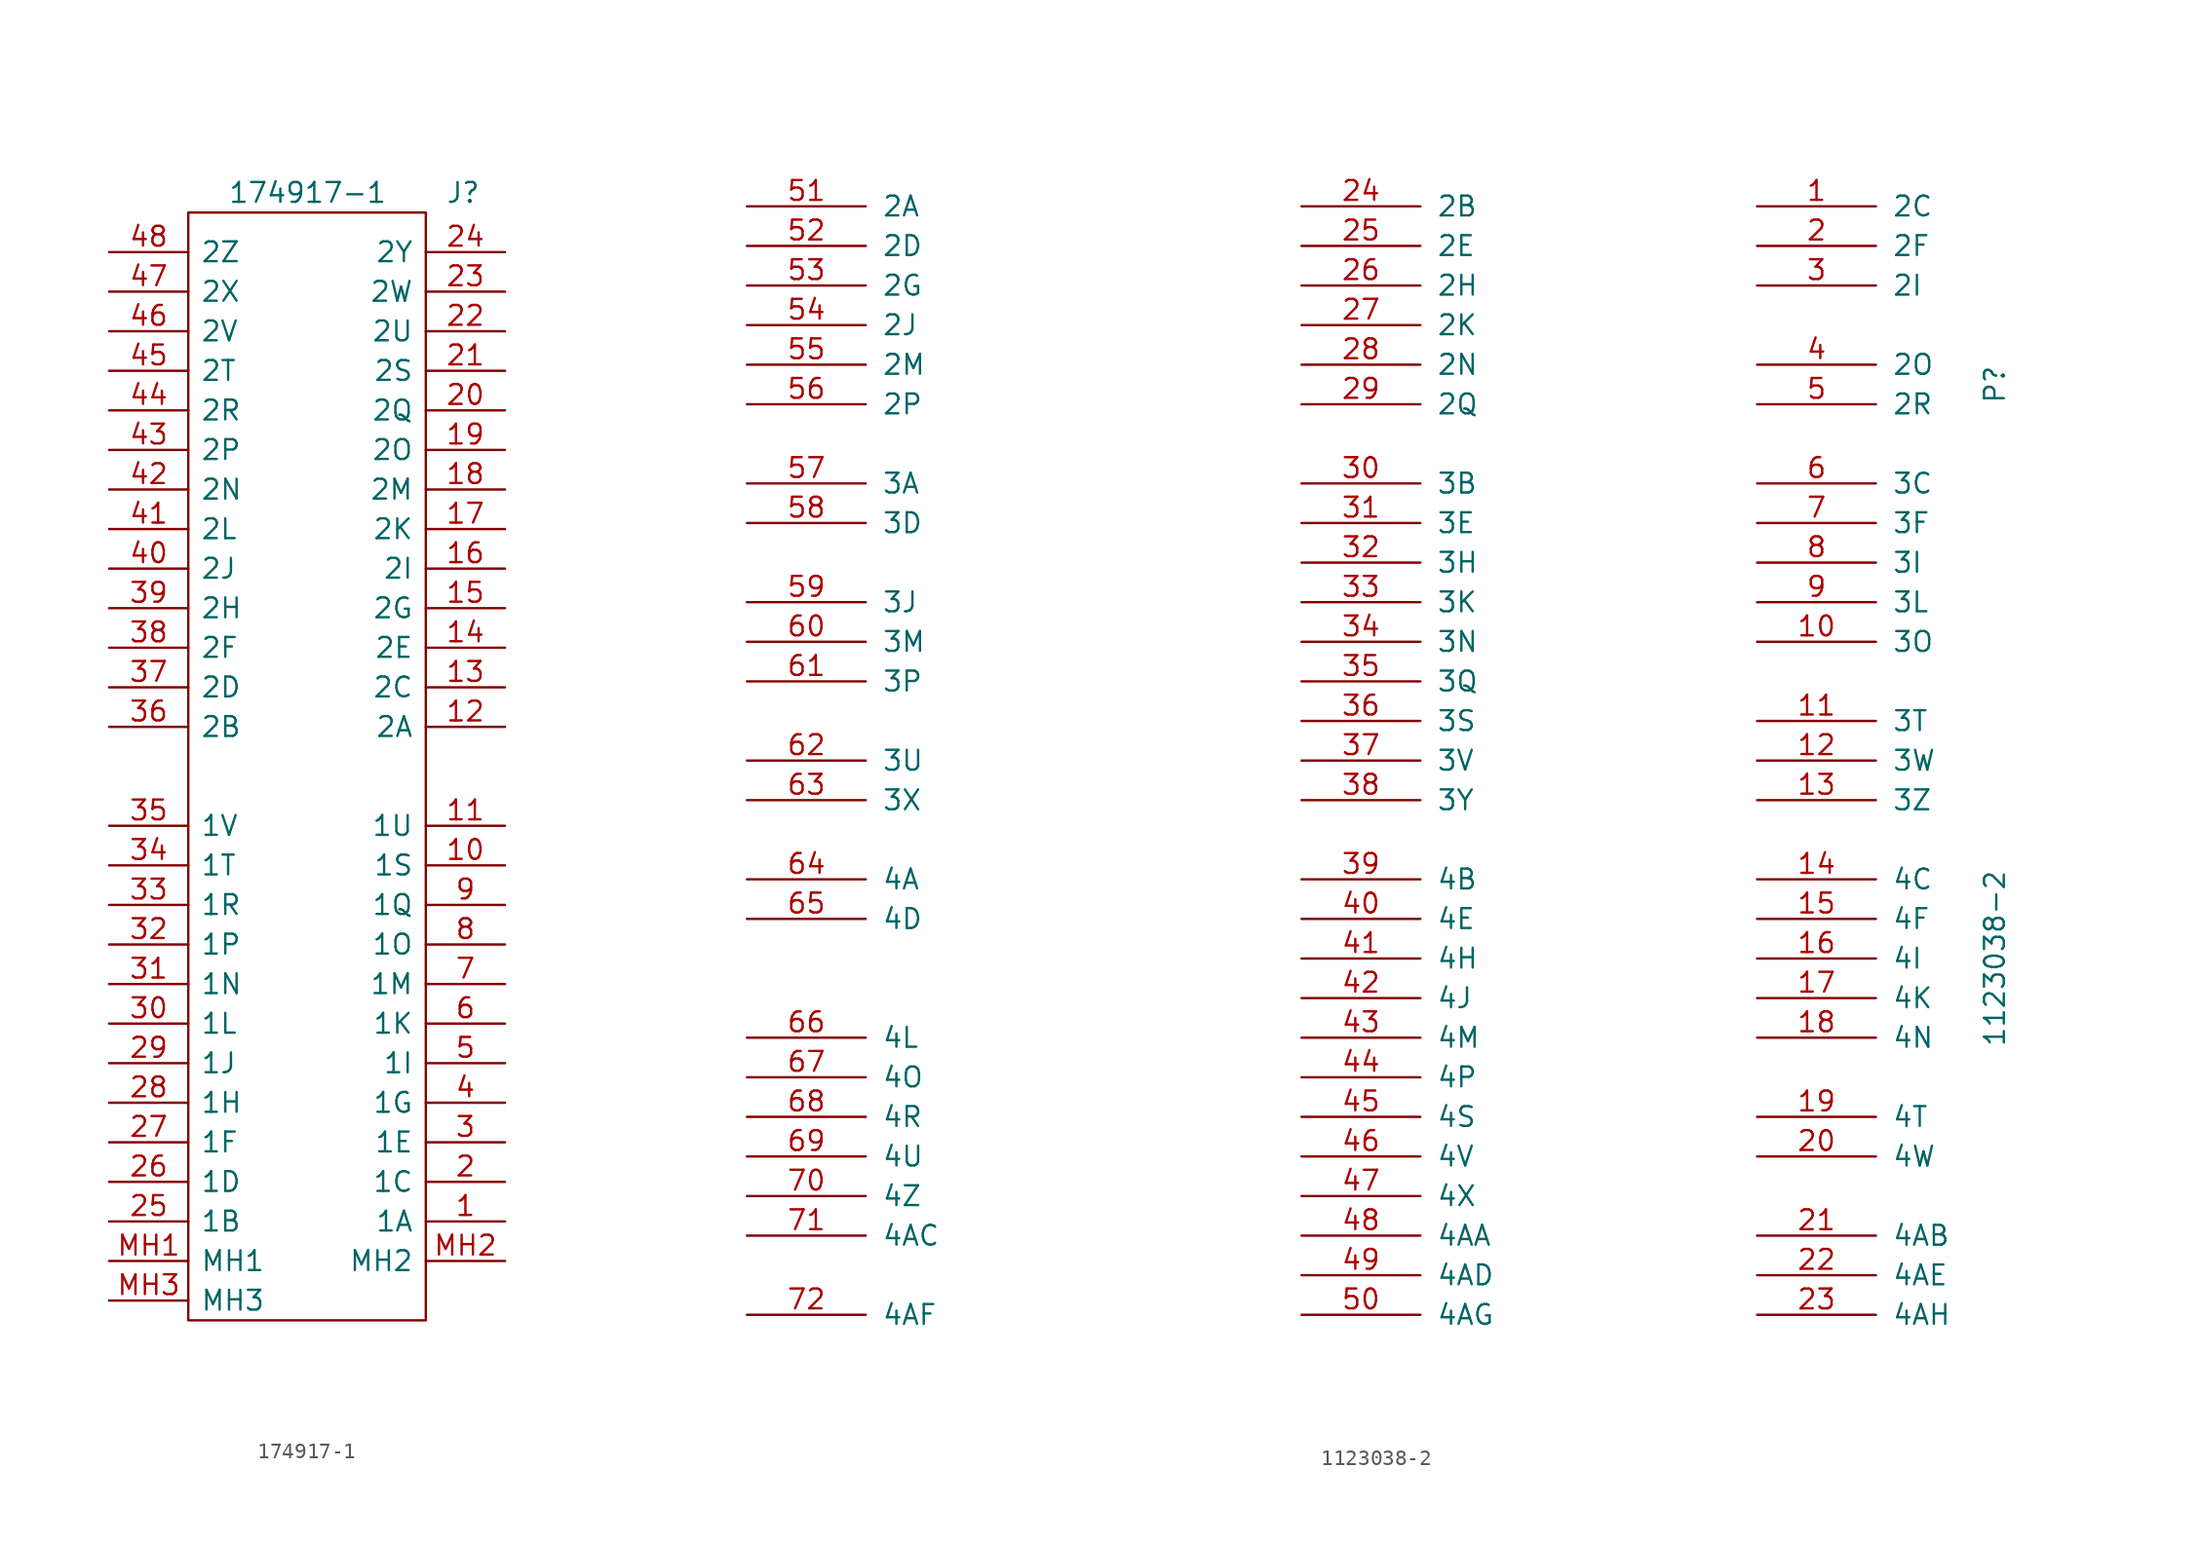
<source format=kicad_sym>
(kicad_symbol_lib
  (version 20211014)
  (generator kicad_symbol_editor)
  (symbol "174917-1"
    (pin_names
      (offset 0.762))
    (property "Reference" "J"
      (at 40.64 -6.35 0)
      (effects (font (size 1.27 1.27)) (justify left)))
    (property "Value" "174917-1"
      (at 26.67 -6.35 0)
      (effects (font (size 1.27 1.27)) (justify left)))
    (symbol "174917-1_0_0"
      (pin bidirectional line (at 44.45 -72.39 180) (length 5.08) (name "1A" (effects (font (size 1.27 1.27)))) (number "1" (effects (font (size 1.27 1.27)))))
      (pin bidirectional line (at 44.45 -49.53 180) (length 5.08) (name "1S" (effects (font (size 1.27 1.27)))) (number "10" (effects (font (size 1.27 1.27)))))
      (pin bidirectional line (at 44.45 -46.99 180) (length 5.08) (name "1U" (effects (font (size 1.27 1.27)))) (number "11" (effects (font (size 1.27 1.27)))))
      (pin bidirectional line (at 44.45 -40.64 180) (length 5.08) (name "2A" (effects (font (size 1.27 1.27)))) (number "12" (effects (font (size 1.27 1.27)))))
      (pin bidirectional line (at 44.45 -38.1 180) (length 5.08) (name "2C" (effects (font (size 1.27 1.27)))) (number "13" (effects (font (size 1.27 1.27)))))
      (pin bidirectional line (at 44.45 -35.56 180) (length 5.08) (name "2E" (effects (font (size 1.27 1.27)))) (number "14" (effects (font (size 1.27 1.27)))))
      (pin bidirectional line (at 44.45 -33.02 180) (length 5.08) (name "2G" (effects (font (size 1.27 1.27)))) (number "15" (effects (font (size 1.27 1.27)))))
      (pin bidirectional line (at 44.45 -30.48 180) (length 5.08) (name "2I" (effects (font (size 1.27 1.27)))) (number "16" (effects (font (size 1.27 1.27)))))
      (pin bidirectional line (at 44.45 -27.94 180) (length 5.08) (name "2K" (effects (font (size 1.27 1.27)))) (number "17" (effects (font (size 1.27 1.27)))))
      (pin bidirectional line (at 44.45 -25.4 180) (length 5.08) (name "2M" (effects (font (size 1.27 1.27)))) (number "18" (effects (font (size 1.27 1.27)))))
      (pin bidirectional line (at 44.45 -22.86 180) (length 5.08) (name "2O" (effects (font (size 1.27 1.27)))) (number "19" (effects (font (size 1.27 1.27)))))
      (pin bidirectional line (at 44.45 -69.85 180) (length 5.08) (name "1C" (effects (font (size 1.27 1.27)))) (number "2" (effects (font (size 1.27 1.27)))))
      (pin bidirectional line (at 44.45 -20.32 180) (length 5.08) (name "2Q" (effects (font (size 1.27 1.27)))) (number "20" (effects (font (size 1.27 1.27)))))
      (pin bidirectional line (at 44.45 -17.78 180) (length 5.08) (name "2S" (effects (font (size 1.27 1.27)))) (number "21" (effects (font (size 1.27 1.27)))))
      (pin bidirectional line (at 44.45 -15.24 180) (length 5.08) (name "2U" (effects (font (size 1.27 1.27)))) (number "22" (effects (font (size 1.27 1.27)))))
      (pin bidirectional line (at 44.45 -12.7 180) (length 5.08) (name "2W" (effects (font (size 1.27 1.27)))) (number "23" (effects (font (size 1.27 1.27)))))
      (pin bidirectional line (at 44.45 -10.16 180) (length 5.08) (name "2Y" (effects (font (size 1.27 1.27)))) (number "24" (effects (font (size 1.27 1.27)))))
      (pin bidirectional line (at 19.05 -72.39 0) (length 5.08) (name "1B" (effects (font (size 1.27 1.27)))) (number "25" (effects (font (size 1.27 1.27)))))
      (pin bidirectional line (at 19.05 -69.85 0) (length 5.08) (name "1D" (effects (font (size 1.27 1.27)))) (number "26" (effects (font (size 1.27 1.27)))))
      (pin bidirectional line (at 19.05 -67.31 0) (length 5.08) (name "1F" (effects (font (size 1.27 1.27)))) (number "27" (effects (font (size 1.27 1.27)))))
      (pin bidirectional line (at 19.05 -64.77 0) (length 5.08) (name "1H" (effects (font (size 1.27 1.27)))) (number "28" (effects (font (size 1.27 1.27)))))
      (pin bidirectional line (at 19.05 -62.23 0) (length 5.08) (name "1J" (effects (font (size 1.27 1.27)))) (number "29" (effects (font (size 1.27 1.27)))))
      (pin bidirectional line (at 44.45 -67.31 180) (length 5.08) (name "1E" (effects (font (size 1.27 1.27)))) (number "3" (effects (font (size 1.27 1.27)))))
      (pin bidirectional line (at 19.05 -59.69 0) (length 5.08) (name "1L" (effects (font (size 1.27 1.27)))) (number "30" (effects (font (size 1.27 1.27)))))
      (pin bidirectional line (at 19.05 -57.15 0) (length 5.08) (name "1N" (effects (font (size 1.27 1.27)))) (number "31" (effects (font (size 1.27 1.27)))))
      (pin bidirectional line (at 19.05 -54.61 0) (length 5.08) (name "1P" (effects (font (size 1.27 1.27)))) (number "32" (effects (font (size 1.27 1.27)))))
      (pin bidirectional line (at 19.05 -52.07 0) (length 5.08) (name "1R" (effects (font (size 1.27 1.27)))) (number "33" (effects (font (size 1.27 1.27)))))
      (pin bidirectional line (at 19.05 -49.53 0) (length 5.08) (name "1T" (effects (font (size 1.27 1.27)))) (number "34" (effects (font (size 1.27 1.27)))))
      (pin bidirectional line (at 19.05 -46.99 0) (length 5.08) (name "1V" (effects (font (size 1.27 1.27)))) (number "35" (effects (font (size 1.27 1.27)))))
      (pin bidirectional line (at 19.05 -40.64 0) (length 5.08) (name "2B" (effects (font (size 1.27 1.27)))) (number "36" (effects (font (size 1.27 1.27)))))
      (pin bidirectional line (at 19.05 -38.1 0) (length 5.08) (name "2D" (effects (font (size 1.27 1.27)))) (number "37" (effects (font (size 1.27 1.27)))))
      (pin bidirectional line (at 19.05 -35.56 0) (length 5.08) (name "2F" (effects (font (size 1.27 1.27)))) (number "38" (effects (font (size 1.27 1.27)))))
      (pin bidirectional line (at 19.05 -33.02 0) (length 5.08) (name "2H" (effects (font (size 1.27 1.27)))) (number "39" (effects (font (size 1.27 1.27)))))
      (pin bidirectional line (at 44.45 -64.77 180) (length 5.08) (name "1G" (effects (font (size 1.27 1.27)))) (number "4" (effects (font (size 1.27 1.27)))))
      (pin bidirectional line (at 19.05 -30.48 0) (length 5.08) (name "2J" (effects (font (size 1.27 1.27)))) (number "40" (effects (font (size 1.27 1.27)))))
      (pin bidirectional line (at 19.05 -27.94 0) (length 5.08) (name "2L" (effects (font (size 1.27 1.27)))) (number "41" (effects (font (size 1.27 1.27)))))
      (pin bidirectional line (at 19.05 -25.4 0) (length 5.08) (name "2N" (effects (font (size 1.27 1.27)))) (number "42" (effects (font (size 1.27 1.27)))))
      (pin bidirectional line (at 19.05 -22.86 0) (length 5.08) (name "2P" (effects (font (size 1.27 1.27)))) (number "43" (effects (font (size 1.27 1.27)))))
      (pin bidirectional line (at 19.05 -20.32 0) (length 5.08) (name "2R" (effects (font (size 1.27 1.27)))) (number "44" (effects (font (size 1.27 1.27)))))
      (pin bidirectional line (at 19.05 -17.78 0) (length 5.08) (name "2T" (effects (font (size 1.27 1.27)))) (number "45" (effects (font (size 1.27 1.27)))))
      (pin bidirectional line (at 19.05 -15.24 0) (length 5.08) (name "2V" (effects (font (size 1.27 1.27)))) (number "46" (effects (font (size 1.27 1.27)))))
      (pin bidirectional line (at 19.05 -12.7 0) (length 5.08) (name "2X" (effects (font (size 1.27 1.27)))) (number "47" (effects (font (size 1.27 1.27)))))
      (pin bidirectional line (at 19.05 -10.16 0) (length 5.08) (name "2Z" (effects (font (size 1.27 1.27)))) (number "48" (effects (font (size 1.27 1.27)))))
      (pin bidirectional line (at 44.45 -62.23 180) (length 5.08) (name "1I" (effects (font (size 1.27 1.27)))) (number "5" (effects (font (size 1.27 1.27)))))
      (pin bidirectional line (at 44.45 -59.69 180) (length 5.08) (name "1K" (effects (font (size 1.27 1.27)))) (number "6" (effects (font (size 1.27 1.27)))))
      (pin bidirectional line (at 44.45 -57.15 180) (length 5.08) (name "1M" (effects (font (size 1.27 1.27)))) (number "7" (effects (font (size 1.27 1.27)))))
      (pin bidirectional line (at 44.45 -54.61 180) (length 5.08) (name "1O" (effects (font (size 1.27 1.27)))) (number "8" (effects (font (size 1.27 1.27)))))
      (pin bidirectional line (at 44.45 -52.07 180) (length 5.08) (name "1Q" (effects (font (size 1.27 1.27)))) (number "9" (effects (font (size 1.27 1.27)))))
      (pin bidirectional line (at 19.05 -74.93 0) (length 5.08) (name "MH1" (effects (font (size 1.27 1.27)))) (number "MH1" (effects (font (size 1.27 1.27)))))
      (pin bidirectional line (at 44.45 -74.93 180) (length 5.08) (name "MH2" (effects (font (size 1.27 1.27)))) (number "MH2" (effects (font (size 1.27 1.27)))))
      (pin bidirectional line (at 19.05 -77.47 0) (length 5.08) (name "MH3" (effects (font (size 1.27 1.27)))) (number "MH3" (effects (font (size 1.27 1.27))))))
    (symbol "174917-1_0_1"
      (polyline (pts (xy 24.13 -7.62) (xy 39.37 -7.62) (xy 39.37 -78.74) (xy 24.13 -78.74) (xy 24.13 -7.62)) (stroke (width 0.152) (type default) (color 0 0 0 0)) (fill (type none)))))
  (symbol "1123038-2"
    (pin_names
      (offset 1.016))
    (property "Reference" "P"
      (at 44.45 29.21 90)
      (effects (font (size 1.27 1.27))))
    (property "Value" "1123038-2"
      (at 44.45 -7.62 90)
      (effects (font (size 1.27 1.27))))
    (symbol "1123038-2_1_1"
      (pin passive line (at 29.21 40.64 0) (length 7.62) (name "2C" (effects (font (size 1.27 1.27)))) (number "1" (effects (font (size 1.27 1.27)))))
      (pin passive line (at 29.21 12.7 0) (length 7.62) (name "3O" (effects (font (size 1.27 1.27)))) (number "10" (effects (font (size 1.27 1.27)))))
      (pin passive line (at 29.21 7.62 0) (length 7.62) (name "3T" (effects (font (size 1.27 1.27)))) (number "11" (effects (font (size 1.27 1.27)))))
      (pin passive line (at 29.21 5.08 0) (length 7.62) (name "3W" (effects (font (size 1.27 1.27)))) (number "12" (effects (font (size 1.27 1.27)))))
      (pin passive line (at 29.21 2.54 0) (length 7.62) (name "3Z" (effects (font (size 1.27 1.27)))) (number "13" (effects (font (size 1.27 1.27)))))
      (pin passive line (at 29.21 -2.54 0) (length 7.62) (name "4C" (effects (font (size 1.27 1.27)))) (number "14" (effects (font (size 1.27 1.27)))))
      (pin passive line (at 29.21 -5.08 0) (length 7.62) (name "4F" (effects (font (size 1.27 1.27)))) (number "15" (effects (font (size 1.27 1.27)))))
      (pin passive line (at 29.21 -7.62 0) (length 7.62) (name "4I" (effects (font (size 1.27 1.27)))) (number "16" (effects (font (size 1.27 1.27)))))
      (pin passive line (at 29.21 -10.16 0) (length 7.62) (name "4K" (effects (font (size 1.27 1.27)))) (number "17" (effects (font (size 1.27 1.27)))))
      (pin passive line (at 29.21 -12.7 0) (length 7.62) (name "4N" (effects (font (size 1.27 1.27)))) (number "18" (effects (font (size 1.27 1.27)))))
      (pin passive line (at 29.21 -17.78 0) (length 7.62) (name "4T" (effects (font (size 1.27 1.27)))) (number "19" (effects (font (size 1.27 1.27)))))
      (pin passive line (at 29.21 38.1 0) (length 7.62) (name "2F" (effects (font (size 1.27 1.27)))) (number "2" (effects (font (size 1.27 1.27)))))
      (pin passive line (at 29.21 -20.32 0) (length 7.62) (name "4W" (effects (font (size 1.27 1.27)))) (number "20" (effects (font (size 1.27 1.27)))))
      (pin passive line (at 29.21 -25.4 0) (length 7.62) (name "4AB" (effects (font (size 1.27 1.27)))) (number "21" (effects (font (size 1.27 1.27)))))
      (pin passive line (at 29.21 -27.94 0) (length 7.62) (name "4AE" (effects (font (size 1.27 1.27)))) (number "22" (effects (font (size 1.27 1.27)))))
      (pin passive line (at 29.21 -30.48 0) (length 7.62) (name "4AH" (effects (font (size 1.27 1.27)))) (number "23" (effects (font (size 1.27 1.27)))))
      (pin passive line (at 0 40.64 0) (length 7.62) (name "2B" (effects (font (size 1.27 1.27)))) (number "24" (effects (font (size 1.27 1.27)))))
      (pin passive line (at 0 38.1 0) (length 7.62) (name "2E" (effects (font (size 1.27 1.27)))) (number "25" (effects (font (size 1.27 1.27)))))
      (pin passive line (at 0 35.56 0) (length 7.62) (name "2H" (effects (font (size 1.27 1.27)))) (number "26" (effects (font (size 1.27 1.27)))))
      (pin passive line (at 0 33.02 0) (length 7.62) (name "2K" (effects (font (size 1.27 1.27)))) (number "27" (effects (font (size 1.27 1.27)))))
      (pin passive line (at 0 30.48 0) (length 7.62) (name "2N" (effects (font (size 1.27 1.27)))) (number "28" (effects (font (size 1.27 1.27)))))
      (pin passive line (at 0 27.94 0) (length 7.62) (name "2Q" (effects (font (size 1.27 1.27)))) (number "29" (effects (font (size 1.27 1.27)))))
      (pin passive line (at 29.21 35.56 0) (length 7.62) (name "2I" (effects (font (size 1.27 1.27)))) (number "3" (effects (font (size 1.27 1.27)))))
      (pin passive line (at 0 22.86 0) (length 7.62) (name "3B" (effects (font (size 1.27 1.27)))) (number "30" (effects (font (size 1.27 1.27)))))
      (pin passive line (at 0 20.32 0) (length 7.62) (name "3E" (effects (font (size 1.27 1.27)))) (number "31" (effects (font (size 1.27 1.27)))))
      (pin passive line (at 0 17.78 0) (length 7.62) (name "3H" (effects (font (size 1.27 1.27)))) (number "32" (effects (font (size 1.27 1.27)))))
      (pin passive line (at 0 15.24 0) (length 7.62) (name "3K" (effects (font (size 1.27 1.27)))) (number "33" (effects (font (size 1.27 1.27)))))
      (pin passive line (at 0 12.7 0) (length 7.62) (name "3N" (effects (font (size 1.27 1.27)))) (number "34" (effects (font (size 1.27 1.27)))))
      (pin passive line (at 0 10.16 0) (length 7.62) (name "3Q" (effects (font (size 1.27 1.27)))) (number "35" (effects (font (size 1.27 1.27)))))
      (pin passive line (at 0 7.62 0) (length 7.62) (name "3S" (effects (font (size 1.27 1.27)))) (number "36" (effects (font (size 1.27 1.27)))))
      (pin passive line (at 0 5.08 0) (length 7.62) (name "3V" (effects (font (size 1.27 1.27)))) (number "37" (effects (font (size 1.27 1.27)))))
      (pin passive line (at 0 2.54 0) (length 7.62) (name "3Y" (effects (font (size 1.27 1.27)))) (number "38" (effects (font (size 1.27 1.27)))))
      (pin passive line (at 0 -2.54 0) (length 7.62) (name "4B" (effects (font (size 1.27 1.27)))) (number "39" (effects (font (size 1.27 1.27)))))
      (pin passive line (at 29.21 30.48 0) (length 7.62) (name "2O" (effects (font (size 1.27 1.27)))) (number "4" (effects (font (size 1.27 1.27)))))
      (pin passive line (at 0 -5.08 0) (length 7.62) (name "4E" (effects (font (size 1.27 1.27)))) (number "40" (effects (font (size 1.27 1.27)))))
      (pin passive line (at 0 -7.62 0) (length 7.62) (name "4H" (effects (font (size 1.27 1.27)))) (number "41" (effects (font (size 1.27 1.27)))))
      (pin passive line (at 0 -10.16 0) (length 7.62) (name "4J" (effects (font (size 1.27 1.27)))) (number "42" (effects (font (size 1.27 1.27)))))
      (pin passive line (at 0 -12.7 0) (length 7.62) (name "4M" (effects (font (size 1.27 1.27)))) (number "43" (effects (font (size 1.27 1.27)))))
      (pin passive line (at 0 -15.24 0) (length 7.62) (name "4P" (effects (font (size 1.27 1.27)))) (number "44" (effects (font (size 1.27 1.27)))))
      (pin passive line (at 0 -17.78 0) (length 7.62) (name "4S" (effects (font (size 1.27 1.27)))) (number "45" (effects (font (size 1.27 1.27)))))
      (pin passive line (at 0 -20.32 0) (length 7.62) (name "4V" (effects (font (size 1.27 1.27)))) (number "46" (effects (font (size 1.27 1.27)))))
      (pin passive line (at 0 -22.86 0) (length 7.62) (name "4X" (effects (font (size 1.27 1.27)))) (number "47" (effects (font (size 1.27 1.27)))))
      (pin passive line (at 0 -25.4 0) (length 7.62) (name "4AA" (effects (font (size 1.27 1.27)))) (number "48" (effects (font (size 1.27 1.27)))))
      (pin passive line (at 0 -27.94 0) (length 7.62) (name "4AD" (effects (font (size 1.27 1.27)))) (number "49" (effects (font (size 1.27 1.27)))))
      (pin passive line (at 29.21 27.94 0) (length 7.62) (name "2R" (effects (font (size 1.27 1.27)))) (number "5" (effects (font (size 1.27 1.27)))))
      (pin passive line (at 0 -30.48 0) (length 7.62) (name "4AG" (effects (font (size 1.27 1.27)))) (number "50" (effects (font (size 1.27 1.27)))))
      (pin passive line (at -35.56 40.64 0) (length 7.62) (name "2A" (effects (font (size 1.27 1.27)))) (number "51" (effects (font (size 1.27 1.27)))))
      (pin passive line (at -35.56 38.1 0) (length 7.62) (name "2D" (effects (font (size 1.27 1.27)))) (number "52" (effects (font (size 1.27 1.27)))))
      (pin passive line (at -35.56 35.56 0) (length 7.62) (name "2G" (effects (font (size 1.27 1.27)))) (number "53" (effects (font (size 1.27 1.27)))))
      (pin passive line (at -35.56 33.02 0) (length 7.62) (name "2J" (effects (font (size 1.27 1.27)))) (number "54" (effects (font (size 1.27 1.27)))))
      (pin passive line (at -35.56 30.48 0) (length 7.62) (name "2M" (effects (font (size 1.27 1.27)))) (number "55" (effects (font (size 1.27 1.27)))))
      (pin passive line (at -35.56 27.94 0) (length 7.62) (name "2P" (effects (font (size 1.27 1.27)))) (number "56" (effects (font (size 1.27 1.27)))))
      (pin passive line (at -35.56 22.86 0) (length 7.62) (name "3A" (effects (font (size 1.27 1.27)))) (number "57" (effects (font (size 1.27 1.27)))))
      (pin passive line (at -35.56 20.32 0) (length 7.62) (name "3D" (effects (font (size 1.27 1.27)))) (number "58" (effects (font (size 1.27 1.27)))))
      (pin passive line (at -35.56 15.24 0) (length 7.62) (name "3J" (effects (font (size 1.27 1.27)))) (number "59" (effects (font (size 1.27 1.27)))))
      (pin passive line (at 29.21 22.86 0) (length 7.62) (name "3C" (effects (font (size 1.27 1.27)))) (number "6" (effects (font (size 1.27 1.27)))))
      (pin passive line (at -35.56 12.7 0) (length 7.62) (name "3M" (effects (font (size 1.27 1.27)))) (number "60" (effects (font (size 1.27 1.27)))))
      (pin passive line (at -35.56 10.16 0) (length 7.62) (name "3P" (effects (font (size 1.27 1.27)))) (number "61" (effects (font (size 1.27 1.27)))))
      (pin passive line (at -35.56 5.08 0) (length 7.62) (name "3U" (effects (font (size 1.27 1.27)))) (number "62" (effects (font (size 1.27 1.27)))))
      (pin passive line (at -35.56 2.54 0) (length 7.62) (name "3X" (effects (font (size 1.27 1.27)))) (number "63" (effects (font (size 1.27 1.27)))))
      (pin passive line (at -35.56 -2.54 0) (length 7.62) (name "4A" (effects (font (size 1.27 1.27)))) (number "64" (effects (font (size 1.27 1.27)))))
      (pin passive line (at -35.56 -5.08 0) (length 7.62) (name "4D" (effects (font (size 1.27 1.27)))) (number "65" (effects (font (size 1.27 1.27)))))
      (pin passive line (at -35.56 -12.7 0) (length 7.62) (name "4L" (effects (font (size 1.27 1.27)))) (number "66" (effects (font (size 1.27 1.27)))))
      (pin passive line (at -35.56 -15.24 0) (length 7.62) (name "4O" (effects (font (size 1.27 1.27)))) (number "67" (effects (font (size 1.27 1.27)))))
      (pin passive line (at -35.56 -17.78 0) (length 7.62) (name "4R" (effects (font (size 1.27 1.27)))) (number "68" (effects (font (size 1.27 1.27)))))
      (pin passive line (at -35.56 -20.32 0) (length 7.62) (name "4U" (effects (font (size 1.27 1.27)))) (number "69" (effects (font (size 1.27 1.27)))))
      (pin passive line (at 29.21 20.32 0) (length 7.62) (name "3F" (effects (font (size 1.27 1.27)))) (number "7" (effects (font (size 1.27 1.27)))))
      (pin passive line (at -35.56 -22.86 0) (length 7.62) (name "4Z" (effects (font (size 1.27 1.27)))) (number "70" (effects (font (size 1.27 1.27)))))
      (pin passive line (at -35.56 -25.4 0) (length 7.62) (name "4AC" (effects (font (size 1.27 1.27)))) (number "71" (effects (font (size 1.27 1.27)))))
      (pin passive line (at -35.56 -30.48 0) (length 7.62) (name "4AF" (effects (font (size 1.27 1.27)))) (number "72" (effects (font (size 1.27 1.27)))))
      (pin passive line (at 29.21 17.78 0) (length 7.62) (name "3I" (effects (font (size 1.27 1.27)))) (number "8" (effects (font (size 1.27 1.27)))))
      (pin passive line (at 29.21 15.24 0) (length 7.62) (name "3L" (effects (font (size 1.27 1.27)))) (number "9" (effects (font (size 1.27 1.27))))))))
</source>
